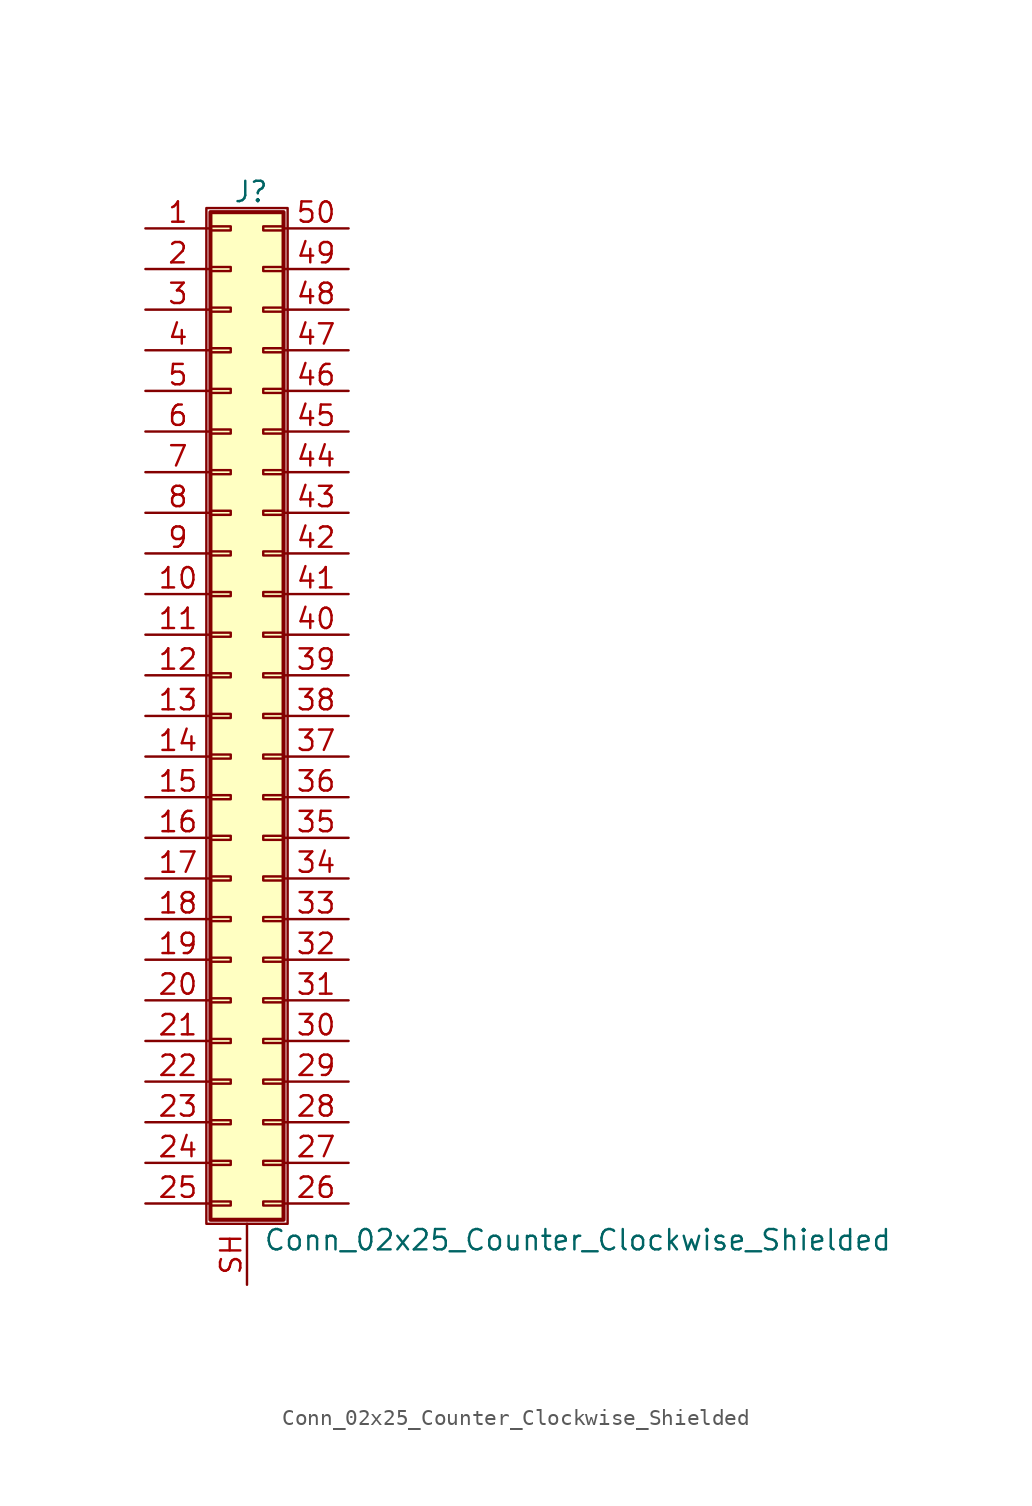
<source format=kicad_sym>
(kicad_symbol_lib
  (version 20201005)
  (generator kicad_symbol_editor)
  (symbol "Connector_Generic_Shielded:Conn_02x25_Counter_Clockwise_Shielded"
    (pin_names
      (offset 1.016) hide)
    (property "Reference" "J"
      (at 1.524 32.766 0)
      (effects (font (size 1.27 1.27))))
    (property "Value" "Conn_02x25_Counter_Clockwise_Shielded"
      (at 2.286 -32.766 0)
      (effects (font (size 1.27 1.27)) (justify left)))
    (symbol "Conn_02x25_Counter_Clockwise_Shielded_1_1"
      (rectangle (start -1.016 -27.813) (end 0.254 -28.067) (stroke (width 0.152)) (fill (type none)))
      (rectangle (start -1.016 -30.353) (end 0.254 -30.607) (stroke (width 0.152)) (fill (type none)))
      (rectangle (start -1.016 -4.953) (end 0.254 -5.207) (stroke (width 0.152)) (fill (type none)))
      (rectangle (start -1.016 -7.493) (end 0.254 -7.747) (stroke (width 0.152)) (fill (type none)))
      (rectangle (start -1.016 -10.033) (end 0.254 -10.287) (stroke (width 0.152)) (fill (type none)))
      (rectangle (start -1.016 -12.573) (end 0.254 -12.827) (stroke (width 0.152)) (fill (type none)))
      (rectangle (start -1.016 -15.113) (end 0.254 -15.367) (stroke (width 0.152)) (fill (type none)))
      (rectangle (start -1.016 -17.653) (end 0.254 -17.907) (stroke (width 0.152)) (fill (type none)))
      (rectangle (start -1.016 -20.193) (end 0.254 -20.447) (stroke (width 0.152)) (fill (type none)))
      (rectangle (start -1.016 -22.733) (end 0.254 -22.987) (stroke (width 0.152)) (fill (type none)))
      (rectangle (start -1.016 -2.413) (end 0.254 -2.667) (stroke (width 0.152)) (fill (type none)))
      (rectangle (start -1.016 -25.273) (end 0.254 -25.527) (stroke (width 0.152)) (fill (type none)))
      (rectangle (start -1.016 25.527) (end 0.254 25.273) (stroke (width 0.152)) (fill (type none)))
      (rectangle (start -1.016 2.667) (end 0.254 2.413) (stroke (width 0.152)) (fill (type none)))
      (rectangle (start -1.016 28.067) (end 0.254 27.813) (stroke (width 0.152)) (fill (type none)))
      (rectangle (start -1.016 30.607) (end 0.254 30.353) (stroke (width 0.152)) (fill (type none)))
      (rectangle (start -1.016 31.496) (end 3.556 -31.496) (stroke (width 0.254)) (fill (type background)))
      (rectangle (start -1.016 5.207) (end 0.254 4.953) (stroke (width 0.152)) (fill (type none)))
      (rectangle (start -1.016 7.747) (end 0.254 7.493) (stroke (width 0.152)) (fill (type none)))
      (rectangle (start -1.016 10.287) (end 0.254 10.033) (stroke (width 0.152)) (fill (type none)))
      (rectangle (start -1.016 0.127) (end 0.254 -0.127) (stroke (width 0.152)) (fill (type none)))
      (rectangle (start -1.016 12.827) (end 0.254 12.573) (stroke (width 0.152)) (fill (type none)))
      (rectangle (start -1.016 15.367) (end 0.254 15.113) (stroke (width 0.152)) (fill (type none)))
      (rectangle (start -1.016 17.907) (end 0.254 17.653) (stroke (width 0.152)) (fill (type none)))
      (rectangle (start -1.016 20.447) (end 0.254 20.193) (stroke (width 0.152)) (fill (type none)))
      (rectangle (start -1.016 22.987) (end 0.254 22.733) (stroke (width 0.152)) (fill (type none)))
      (rectangle (start -1.27 31.75) (end 3.81 -31.75) (stroke (width 0.152)) (fill (type none)))
      (rectangle (start 3.556 -27.813) (end 2.286 -28.067) (stroke (width 0.152)) (fill (type none)))
      (rectangle (start 3.556 -30.353) (end 2.286 -30.607) (stroke (width 0.152)) (fill (type none)))
      (rectangle (start 3.556 -4.953) (end 2.286 -5.207) (stroke (width 0.152)) (fill (type none)))
      (rectangle (start 3.556 -7.493) (end 2.286 -7.747) (stroke (width 0.152)) (fill (type none)))
      (rectangle (start 3.556 -10.033) (end 2.286 -10.287) (stroke (width 0.152)) (fill (type none)))
      (rectangle (start 3.556 -12.573) (end 2.286 -12.827) (stroke (width 0.152)) (fill (type none)))
      (rectangle (start 3.556 -15.113) (end 2.286 -15.367) (stroke (width 0.152)) (fill (type none)))
      (rectangle (start 3.556 -17.653) (end 2.286 -17.907) (stroke (width 0.152)) (fill (type none)))
      (rectangle (start 3.556 -20.193) (end 2.286 -20.447) (stroke (width 0.152)) (fill (type none)))
      (rectangle (start 3.556 -22.733) (end 2.286 -22.987) (stroke (width 0.152)) (fill (type none)))
      (rectangle (start 3.556 -2.413) (end 2.286 -2.667) (stroke (width 0.152)) (fill (type none)))
      (rectangle (start 3.556 -25.273) (end 2.286 -25.527) (stroke (width 0.152)) (fill (type none)))
      (rectangle (start 3.556 25.527) (end 2.286 25.273) (stroke (width 0.152)) (fill (type none)))
      (rectangle (start 3.556 2.667) (end 2.286 2.413) (stroke (width 0.152)) (fill (type none)))
      (rectangle (start 3.556 28.067) (end 2.286 27.813) (stroke (width 0.152)) (fill (type none)))
      (rectangle (start 3.556 30.607) (end 2.286 30.353) (stroke (width 0.152)) (fill (type none)))
      (rectangle (start 3.556 5.207) (end 2.286 4.953) (stroke (width 0.152)) (fill (type none)))
      (rectangle (start 3.556 7.747) (end 2.286 7.493) (stroke (width 0.152)) (fill (type none)))
      (rectangle (start 3.556 10.287) (end 2.286 10.033) (stroke (width 0.152)) (fill (type none)))
      (rectangle (start 3.556 0.127) (end 2.286 -0.127) (stroke (width 0.152)) (fill (type none)))
      (rectangle (start 3.556 12.827) (end 2.286 12.573) (stroke (width 0.152)) (fill (type none)))
      (rectangle (start 3.556 15.367) (end 2.286 15.113) (stroke (width 0.152)) (fill (type none)))
      (rectangle (start 3.556 17.907) (end 2.286 17.653) (stroke (width 0.152)) (fill (type none)))
      (rectangle (start 3.556 20.447) (end 2.286 20.193) (stroke (width 0.152)) (fill (type none)))
      (rectangle (start 3.556 22.987) (end 2.286 22.733) (stroke (width 0.152)) (fill (type none)))
      (pin passive line (at -5.08 30.48 0) (length 4.064) (name "Pin_1" (effects (font (size 1.27 1.27)))) (number "1" (effects (font (size 1.27 1.27)))))
      (pin passive line (at -5.08 7.62 0) (length 4.064) (name "Pin_10" (effects (font (size 1.27 1.27)))) (number "10" (effects (font (size 1.27 1.27)))))
      (pin passive line (at -5.08 5.08 0) (length 4.064) (name "Pin_11" (effects (font (size 1.27 1.27)))) (number "11" (effects (font (size 1.27 1.27)))))
      (pin passive line (at -5.08 2.54 0) (length 4.064) (name "Pin_12" (effects (font (size 1.27 1.27)))) (number "12" (effects (font (size 1.27 1.27)))))
      (pin passive line (at -5.08 0 0) (length 4.064) (name "Pin_13" (effects (font (size 1.27 1.27)))) (number "13" (effects (font (size 1.27 1.27)))))
      (pin passive line (at -5.08 -2.54 0) (length 4.064) (name "Pin_14" (effects (font (size 1.27 1.27)))) (number "14" (effects (font (size 1.27 1.27)))))
      (pin passive line (at -5.08 -5.08 0) (length 4.064) (name "Pin_15" (effects (font (size 1.27 1.27)))) (number "15" (effects (font (size 1.27 1.27)))))
      (pin passive line (at -5.08 -7.62 0) (length 4.064) (name "Pin_16" (effects (font (size 1.27 1.27)))) (number "16" (effects (font (size 1.27 1.27)))))
      (pin passive line (at -5.08 -10.16 0) (length 4.064) (name "Pin_17" (effects (font (size 1.27 1.27)))) (number "17" (effects (font (size 1.27 1.27)))))
      (pin passive line (at -5.08 -12.7 0) (length 4.064) (name "Pin_18" (effects (font (size 1.27 1.27)))) (number "18" (effects (font (size 1.27 1.27)))))
      (pin passive line (at -5.08 -15.24 0) (length 4.064) (name "Pin_19" (effects (font (size 1.27 1.27)))) (number "19" (effects (font (size 1.27 1.27)))))
      (pin passive line (at -5.08 27.94 0) (length 4.064) (name "Pin_2" (effects (font (size 1.27 1.27)))) (number "2" (effects (font (size 1.27 1.27)))))
      (pin passive line (at -5.08 -17.78 0) (length 4.064) (name "Pin_20" (effects (font (size 1.27 1.27)))) (number "20" (effects (font (size 1.27 1.27)))))
      (pin passive line (at -5.08 -20.32 0) (length 4.064) (name "Pin_21" (effects (font (size 1.27 1.27)))) (number "21" (effects (font (size 1.27 1.27)))))
      (pin passive line (at -5.08 -22.86 0) (length 4.064) (name "Pin_22" (effects (font (size 1.27 1.27)))) (number "22" (effects (font (size 1.27 1.27)))))
      (pin passive line (at -5.08 -25.4 0) (length 4.064) (name "Pin_23" (effects (font (size 1.27 1.27)))) (number "23" (effects (font (size 1.27 1.27)))))
      (pin passive line (at -5.08 -27.94 0) (length 4.064) (name "Pin_24" (effects (font (size 1.27 1.27)))) (number "24" (effects (font (size 1.27 1.27)))))
      (pin passive line (at -5.08 -30.48 0) (length 4.064) (name "Pin_25" (effects (font (size 1.27 1.27)))) (number "25" (effects (font (size 1.27 1.27)))))
      (pin passive line (at 7.62 -30.48 180) (length 4.064) (name "Pin_26" (effects (font (size 1.27 1.27)))) (number "26" (effects (font (size 1.27 1.27)))))
      (pin passive line (at 7.62 -27.94 180) (length 4.064) (name "Pin_27" (effects (font (size 1.27 1.27)))) (number "27" (effects (font (size 1.27 1.27)))))
      (pin passive line (at 7.62 -25.4 180) (length 4.064) (name "Pin_28" (effects (font (size 1.27 1.27)))) (number "28" (effects (font (size 1.27 1.27)))))
      (pin passive line (at 7.62 -22.86 180) (length 4.064) (name "Pin_29" (effects (font (size 1.27 1.27)))) (number "29" (effects (font (size 1.27 1.27)))))
      (pin passive line (at -5.08 25.4 0) (length 4.064) (name "Pin_3" (effects (font (size 1.27 1.27)))) (number "3" (effects (font (size 1.27 1.27)))))
      (pin passive line (at 7.62 -20.32 180) (length 4.064) (name "Pin_30" (effects (font (size 1.27 1.27)))) (number "30" (effects (font (size 1.27 1.27)))))
      (pin passive line (at 7.62 -17.78 180) (length 4.064) (name "Pin_31" (effects (font (size 1.27 1.27)))) (number "31" (effects (font (size 1.27 1.27)))))
      (pin passive line (at 7.62 -15.24 180) (length 4.064) (name "Pin_32" (effects (font (size 1.27 1.27)))) (number "32" (effects (font (size 1.27 1.27)))))
      (pin passive line (at 7.62 -12.7 180) (length 4.064) (name "Pin_33" (effects (font (size 1.27 1.27)))) (number "33" (effects (font (size 1.27 1.27)))))
      (pin passive line (at 7.62 -10.16 180) (length 4.064) (name "Pin_34" (effects (font (size 1.27 1.27)))) (number "34" (effects (font (size 1.27 1.27)))))
      (pin passive line (at 7.62 -7.62 180) (length 4.064) (name "Pin_35" (effects (font (size 1.27 1.27)))) (number "35" (effects (font (size 1.27 1.27)))))
      (pin passive line (at 7.62 -5.08 180) (length 4.064) (name "Pin_36" (effects (font (size 1.27 1.27)))) (number "36" (effects (font (size 1.27 1.27)))))
      (pin passive line (at 7.62 -2.54 180) (length 4.064) (name "Pin_37" (effects (font (size 1.27 1.27)))) (number "37" (effects (font (size 1.27 1.27)))))
      (pin passive line (at 7.62 0 180) (length 4.064) (name "Pin_38" (effects (font (size 1.27 1.27)))) (number "38" (effects (font (size 1.27 1.27)))))
      (pin passive line (at 7.62 2.54 180) (length 4.064) (name "Pin_39" (effects (font (size 1.27 1.27)))) (number "39" (effects (font (size 1.27 1.27)))))
      (pin passive line (at -5.08 22.86 0) (length 4.064) (name "Pin_4" (effects (font (size 1.27 1.27)))) (number "4" (effects (font (size 1.27 1.27)))))
      (pin passive line (at 7.62 5.08 180) (length 4.064) (name "Pin_40" (effects (font (size 1.27 1.27)))) (number "40" (effects (font (size 1.27 1.27)))))
      (pin passive line (at 7.62 7.62 180) (length 4.064) (name "Pin_41" (effects (font (size 1.27 1.27)))) (number "41" (effects (font (size 1.27 1.27)))))
      (pin passive line (at 7.62 10.16 180) (length 4.064) (name "Pin_42" (effects (font (size 1.27 1.27)))) (number "42" (effects (font (size 1.27 1.27)))))
      (pin passive line (at 7.62 12.7 180) (length 4.064) (name "Pin_43" (effects (font (size 1.27 1.27)))) (number "43" (effects (font (size 1.27 1.27)))))
      (pin passive line (at 7.62 15.24 180) (length 4.064) (name "Pin_44" (effects (font (size 1.27 1.27)))) (number "44" (effects (font (size 1.27 1.27)))))
      (pin passive line (at 7.62 17.78 180) (length 4.064) (name "Pin_45" (effects (font (size 1.27 1.27)))) (number "45" (effects (font (size 1.27 1.27)))))
      (pin passive line (at 7.62 20.32 180) (length 4.064) (name "Pin_46" (effects (font (size 1.27 1.27)))) (number "46" (effects (font (size 1.27 1.27)))))
      (pin passive line (at 7.62 22.86 180) (length 4.064) (name "Pin_47" (effects (font (size 1.27 1.27)))) (number "47" (effects (font (size 1.27 1.27)))))
      (pin passive line (at 7.62 25.4 180) (length 4.064) (name "Pin_48" (effects (font (size 1.27 1.27)))) (number "48" (effects (font (size 1.27 1.27)))))
      (pin passive line (at 7.62 27.94 180) (length 4.064) (name "Pin_49" (effects (font (size 1.27 1.27)))) (number "49" (effects (font (size 1.27 1.27)))))
      (pin passive line (at -5.08 20.32 0) (length 4.064) (name "Pin_5" (effects (font (size 1.27 1.27)))) (number "5" (effects (font (size 1.27 1.27)))))
      (pin passive line (at 7.62 30.48 180) (length 4.064) (name "Pin_50" (effects (font (size 1.27 1.27)))) (number "50" (effects (font (size 1.27 1.27)))))
      (pin passive line (at -5.08 17.78 0) (length 4.064) (name "Pin_6" (effects (font (size 1.27 1.27)))) (number "6" (effects (font (size 1.27 1.27)))))
      (pin passive line (at -5.08 15.24 0) (length 4.064) (name "Pin_7" (effects (font (size 1.27 1.27)))) (number "7" (effects (font (size 1.27 1.27)))))
      (pin passive line (at -5.08 12.7 0) (length 4.064) (name "Pin_8" (effects (font (size 1.27 1.27)))) (number "8" (effects (font (size 1.27 1.27)))))
      (pin passive line (at -5.08 10.16 0) (length 4.064) (name "Pin_9" (effects (font (size 1.27 1.27)))) (number "9" (effects (font (size 1.27 1.27)))))
      (pin passive line (at 1.27 -35.56 90) (length 3.81) (name "Shield" (effects (font (size 1.27 1.27)))) (number "SH" (effects (font (size 1.27 1.27))))))))
</source>
